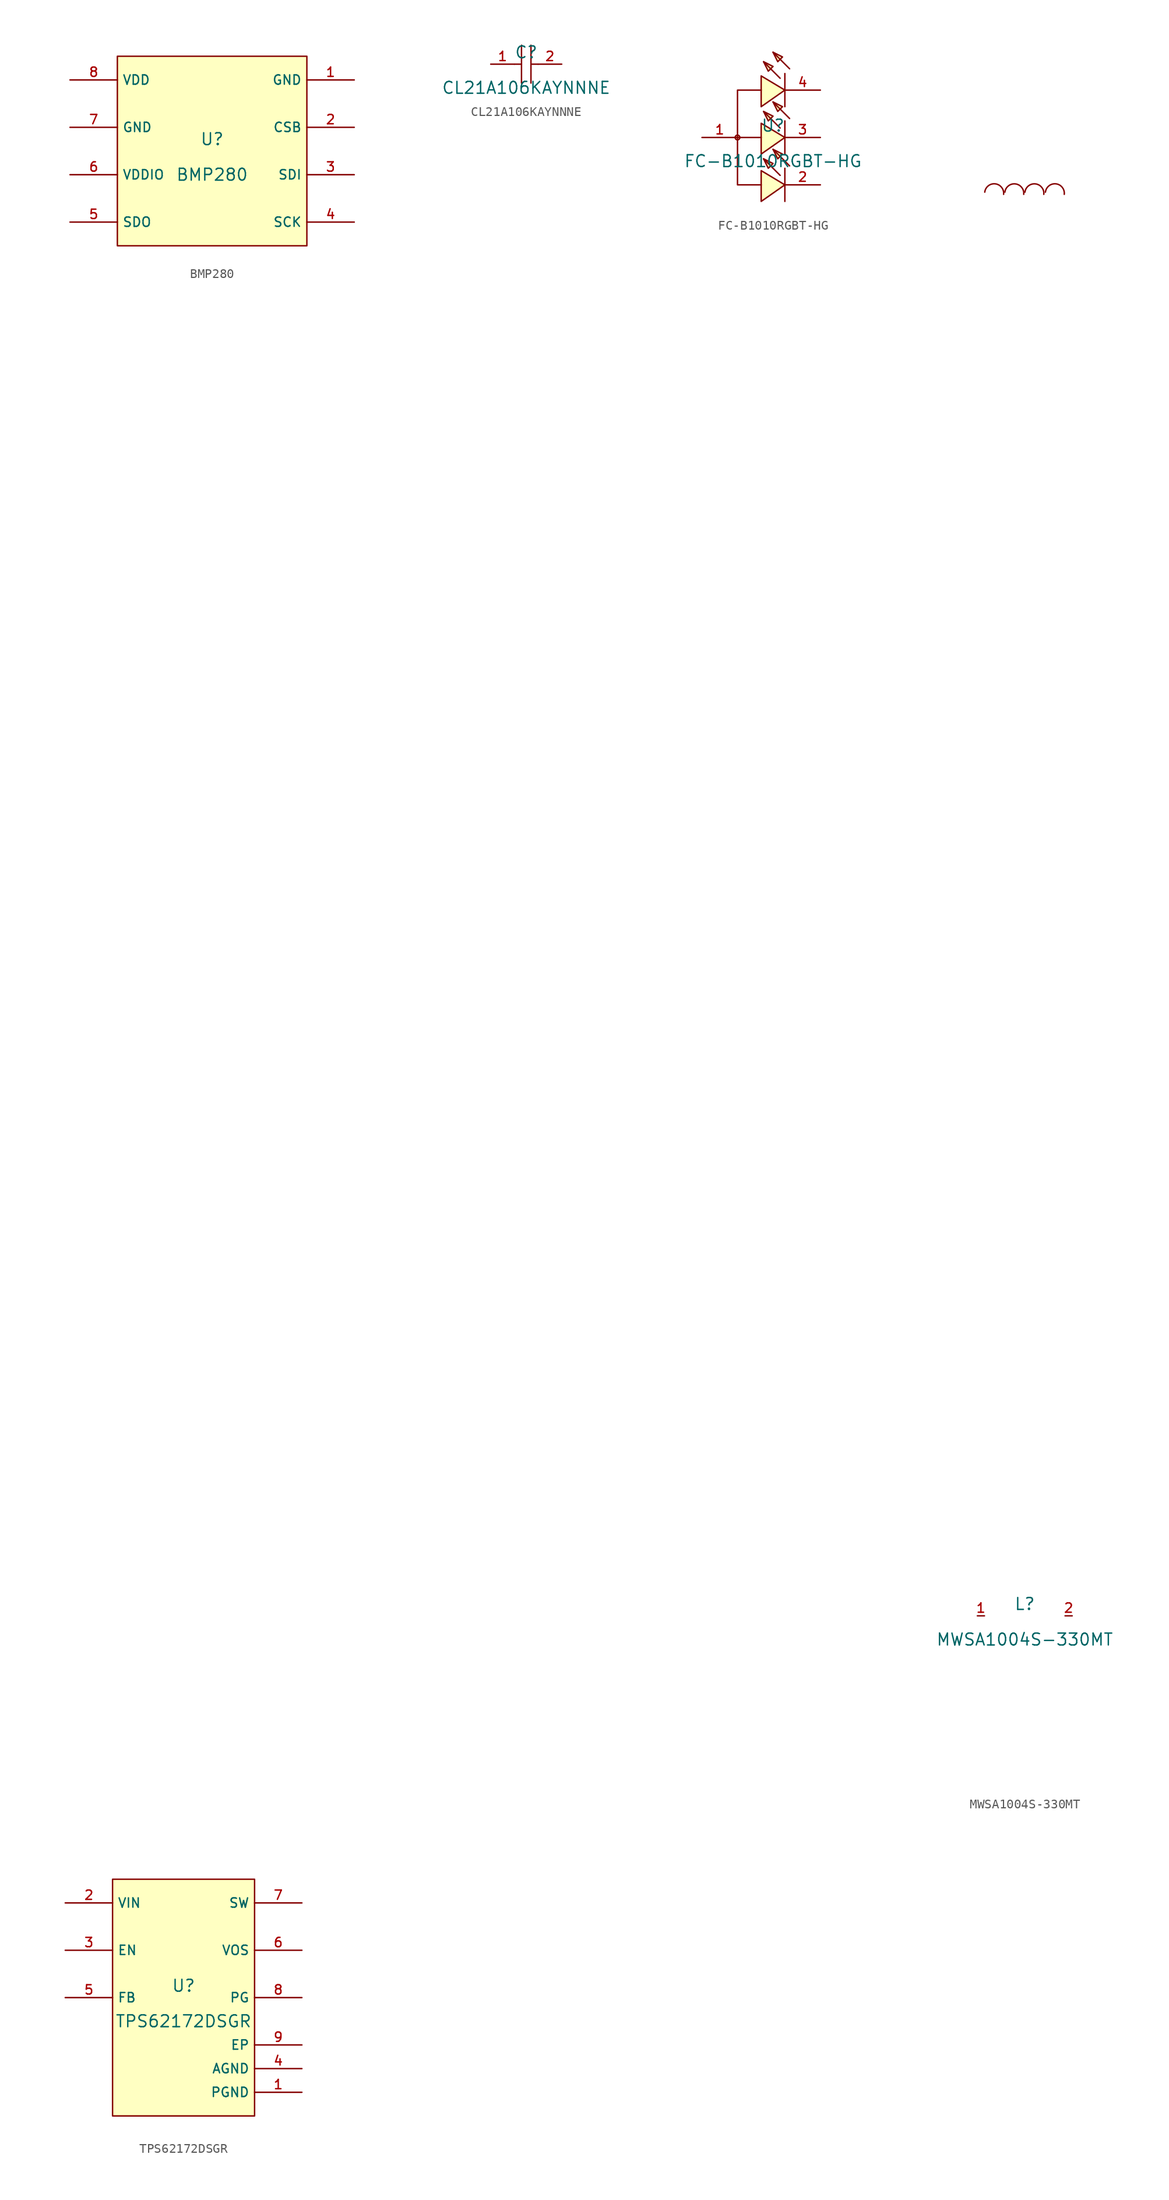
<source format=kicad_sym>
(kicad_symbol_lib
  (version 20210201)
  (generator TousstNicolas/JLC2KiCad_lib)
  (symbol "BMP280"
    (property "Reference" "U"
      (at 0 1.27 0)
      (effects (font (size 1.27 1.27))))
    (property "Value" "BMP280"
      (at 0 -2.54 0)
      (effects (font (size 1.27 1.27))))
    (symbol "BMP280_0_1"
      (rectangle (start -10.16 10.16) (end 10.16 -10.16) (stroke (width 0) (type default) (color 0 0 0 0)) (fill (type background)))
      (pin unspecified line (at 15.24 7.62 180) (length 5.08) (name "GND" (effects (font (size 1 1)))) (number "1" (effects (font (size 1 1)))))
      (pin unspecified line (at 15.24 2.54 180) (length 5.08) (name "CSB" (effects (font (size 1 1)))) (number "2" (effects (font (size 1 1)))))
      (pin unspecified line (at 15.24 -2.54 180) (length 5.08) (name "SDI" (effects (font (size 1 1)))) (number "3" (effects (font (size 1 1)))))
      (pin unspecified line (at 15.24 -7.62 180) (length 5.08) (name "SCK" (effects (font (size 1 1)))) (number "4" (effects (font (size 1 1)))))
      (pin unspecified line (at -15.24 -7.62 0) (length 5.08) (name "SDO" (effects (font (size 1 1)))) (number "5" (effects (font (size 1 1)))))
      (pin unspecified line (at -15.24 -2.54 0) (length 5.08) (name "VDDIO" (effects (font (size 1 1)))) (number "6" (effects (font (size 1 1)))))
      (pin unspecified line (at -15.24 2.54 0) (length 5.08) (name "GND" (effects (font (size 1 1)))) (number "7" (effects (font (size 1 1)))))
      (pin unspecified line (at -15.24 7.62 0) (length 5.08) (name "VDD" (effects (font (size 1 1)))) (number "8" (effects (font (size 1 1)))))))
  (symbol "CL21A106KAYNNNE"
    (pin_names hide)
    (property "Reference" "C"
      (at 0 1.27 0)
      (effects (font (size 1.27 1.27))))
    (property "Value" "CL21A106KAYNNNE"
      (at 0 -2.54 0)
      (effects (font (size 1.27 1.27))))
    (symbol "CL21A106KAYNNNE_0_1"
      (polyline (pts (xy -0.508 2.032) (xy -0.508 -2.032)) (stroke (width 0) (type default) (color 0 0 0 0)) (fill (type none)))
      (polyline (pts (xy 0.508 2.032) (xy 0.508 -2.032)) (stroke (width 0) (type default) (color 0 0 0 0)) (fill (type none)))
      (pin input line (at -3.81 -0.0 0) (length 2.54) (name "1" (effects (font (size 1 1)))) (number "1" (effects (font (size 1 1)))))
      (pin input line (at 3.81 -0.0 180) (length 2.54) (name "2" (effects (font (size 1 1)))) (number "2" (effects (font (size 1 1)))))
      (polyline (pts (xy -1.27 -0.0) (xy -0.508 -0.0)) (stroke (width 0) (type default) (color 0 0 0 0)) (fill (type none)))
      (polyline (pts (xy 0.508 -0.0) (xy 1.27 -0.0)) (stroke (width 0) (type default) (color 0 0 0 0)) (fill (type none)))))
  (symbol "FC-B1010RGBT-HG"
    (pin_names hide)
    (property "Reference" "U"
      (at 0 1.27 0)
      (effects (font (size 1.27 1.27))))
    (property "Value" "FC-B1010RGBT-HG"
      (at 0 -2.54 0)
      (effects (font (size 1.27 1.27))))
    (symbol "FC-B1010RGBT-HG_0_1"
      (polyline (pts (xy 1.27 6.858) (xy 1.27 3.302)) (stroke (width 0) (type default) (color 0 0 0 0)) (fill (type none)))
      (polyline (pts (xy -1.27 6.604) (xy 1.27 5.08) (xy -1.27 3.302) (xy -1.27 6.604)) (stroke (width 0) (type default) (color 0 0 0 0)) (fill (type background)))
      (pin unspecified line (at 5.08 5.08 180) (length 3.81) (name "-" (effects (font (size 1 1)))) (number "4" (effects (font (size 1 1)))))
      (pin unspecified line (at -7.62 -0.0 0) (length 3.81) (name "+" (effects (font (size 1 1)))) (number "1" (effects (font (size 1 1)))))
      (polyline (pts (xy 1.27 1.778) (xy 1.27 -1.778)) (stroke (width 0) (type default) (color 0 0 0 0)) (fill (type none)))
      (polyline (pts (xy -1.27 1.524) (xy 1.27 -0.0) (xy -1.27 -1.778) (xy -1.27 1.524)) (stroke (width 0) (type default) (color 0 0 0 0)) (fill (type background)))
      (pin unspecified line (at 5.08 -0.0 180) (length 3.81) (name "-" (effects (font (size 1 1)))) (number "3" (effects (font (size 1 1)))))
      (polyline (pts (xy 1.27 -3.302) (xy 1.27 -6.858)) (stroke (width 0) (type default) (color 0 0 0 0)) (fill (type none)))
      (polyline (pts (xy -1.27 -3.556) (xy 1.27 -5.08) (xy -1.27 -6.858) (xy -1.27 -3.556)) (stroke (width 0) (type default) (color 0 0 0 0)) (fill (type background)))
      (pin unspecified line (at 5.08 -5.08 180) (length 3.81) (name "-" (effects (font (size 1 1)))) (number "2" (effects (font (size 1 1)))))
      (polyline (pts (xy -1.27 5.08) (xy -3.81 5.08) (xy -3.81 -5.08) (xy -1.27 -5.08)) (stroke (width 0) (type default) (color 0 0 0 0)) (fill (type none)))
      (polyline (pts (xy -3.81 -0.0) (xy -1.27 -0.0)) (stroke (width 0) (type default) (color 0 0 0 0)) (fill (type none)))
      (polyline (pts (xy 0.762 6.35) (xy -1.016 8.128)) (stroke (width 0) (type default) (color 0 0 0 0)) (fill (type none)))
      (polyline (pts (xy 1.778 7.366) (xy 0.0 9.144)) (stroke (width 0) (type default) (color 0 0 0 0)) (fill (type none)))
      (polyline (pts (xy -1.016 8.128) (xy 0.0 7.62) (xy -0.508 7.112) (xy -1.016 8.128)) (stroke (width 0) (type default) (color 0 0 0 0)) (fill (type background)))
      (polyline (pts (xy 0.0 9.144) (xy 1.016 8.636) (xy 0.508 8.128) (xy 0.0 9.144)) (stroke (width 0) (type default) (color 0 0 0 0)) (fill (type background)))
      (polyline (pts (xy 0.762 1.016) (xy -1.016 2.794)) (stroke (width 0) (type default) (color 0 0 0 0)) (fill (type none)))
      (polyline (pts (xy 1.778 2.032) (xy 0.0 3.81)) (stroke (width 0) (type default) (color 0 0 0 0)) (fill (type none)))
      (polyline (pts (xy -1.016 2.794) (xy 0.0 2.286) (xy -0.508 1.778) (xy -1.016 2.794)) (stroke (width 0) (type default) (color 0 0 0 0)) (fill (type background)))
      (polyline (pts (xy 0.0 3.81) (xy 1.016 3.302) (xy 0.508 2.794) (xy 0.0 3.81)) (stroke (width 0) (type default) (color 0 0 0 0)) (fill (type background)))
      (polyline (pts (xy 0.762 -4.064) (xy -1.016 -2.286)) (stroke (width 0) (type default) (color 0 0 0 0)) (fill (type none)))
      (polyline (pts (xy 1.778 -3.048) (xy 0.0 -1.27)) (stroke (width 0) (type default) (color 0 0 0 0)) (fill (type none)))
      (polyline (pts (xy -1.016 -2.286) (xy 0.0 -2.794) (xy -0.508 -3.302) (xy -1.016 -2.286)) (stroke (width 0) (type default) (color 0 0 0 0)) (fill (type background)))
      (polyline (pts (xy 0.0 -1.27) (xy 1.016 -1.778) (xy 0.508 -2.286) (xy 0.0 -1.27)) (stroke (width 0) (type default) (color 0 0 0 0)) (fill (type background)))
      (circle (center -3.81 -0.0) (radius 0.254) (stroke (width 0) (type default) (color 0 0 0 0)) (fill (type background)))))
  (symbol "MWSA1004S-330MT"
    (pin_names hide)
    (property "Reference" "L"
      (at 0 1.27 0)
      (effects (font (size 1.27 1.27))))
    (property "Value" "MWSA1004S-330MT"
      (at 0 -2.54 0)
      (effects (font (size 1.27 1.27))))
    (symbol "MWSA1004S-330MT_0_1"
      (arc (start 4.230518481699189 152.26567617317409) (mid 3.339099030571449 153.3925708630086) (end 2.2122043501295967 152.50115140000707) (stroke (width 0) (type default) (color 0 0 0 0)) (fill (type none)))
      (arc (start 2.037732096126408 152.26516817215807) (mid 1.146312644998668 153.39206286199257) (end 0.019417964556815614 152.50064339899106) (stroke (width 0) (type default) (color 0 0 0 0)) (fill (type none)))
      (arc (start -0.11289020511819081 152.26516817215807) (mid -1.0043096562459306 153.39206286199257) (end -2.131204336687783 152.50064339899106) (stroke (width 0) (type default) (color 0 0 0 0)) (fill (type none)))
      (arc (start -2.2675798317689098 152.26577474375057) (mid -3.1589675383294846 153.39269454626879) (end -4.285887329344515 152.50130682516553) (stroke (width 0) (type default) (color 0 0 0 0)) (fill (type none)))
      (pin unspecified line (at -5.08 -0.0 0) (length 0.762) (name "1" (effects (font (size 1 1)))) (number "1" (effects (font (size 1 1)))))
      (pin unspecified line (at 5.08 -0.0 180) (length 0.762) (name "2" (effects (font (size 1 1)))) (number "2" (effects (font (size 1 1)))))))
  (symbol "TPS62172DSGR"
    (property "Reference" "U"
      (at 0 1.27 0)
      (effects (font (size 1.27 1.27))))
    (property "Value" "TPS62172DSGR"
      (at 0 -2.54 0)
      (effects (font (size 1.27 1.27))))
    (symbol "TPS62172DSGR_0_1"
      (rectangle (start -7.62 12.7) (end 7.62 -12.7) (stroke (width 0) (type default) (color 0 0 0 0)) (fill (type background)))
      (pin power_in line (at 12.7 -10.16 180) (length 5.08) (name "PGND" (effects (font (size 1 1)))) (number "1" (effects (font (size 1 1)))))
      (pin power_in line (at -12.7 10.16 0) (length 5.08) (name "VIN" (effects (font (size 1 1)))) (number "2" (effects (font (size 1 1)))))
      (pin unspecified line (at -12.7 5.08 0) (length 5.08) (name "EN" (effects (font (size 1 1)))) (number "3" (effects (font (size 1 1)))))
      (pin power_in line (at 12.7 -7.62 180) (length 5.08) (name "AGND" (effects (font (size 1 1)))) (number "4" (effects (font (size 1 1)))))
      (pin unspecified line (at -12.7 -0.0 0) (length 5.08) (name "FB" (effects (font (size 1 1)))) (number "5" (effects (font (size 1 1)))))
      (pin unspecified line (at 12.7 5.08 180) (length 5.08) (name "VOS" (effects (font (size 1 1)))) (number "6" (effects (font (size 1 1)))))
      (pin power_in line (at 12.7 10.16 180) (length 5.08) (name "SW" (effects (font (size 1 1)))) (number "7" (effects (font (size 1 1)))))
      (pin unspecified line (at 12.7 -0.0 180) (length 5.08) (name "PG" (effects (font (size 1 1)))) (number "8" (effects (font (size 1 1)))))
      (pin power_in line (at 12.7 -5.08 180) (length 5.08) (name "EP" (effects (font (size 1 1)))) (number "9" (effects (font (size 1 1))))))))
</source>
